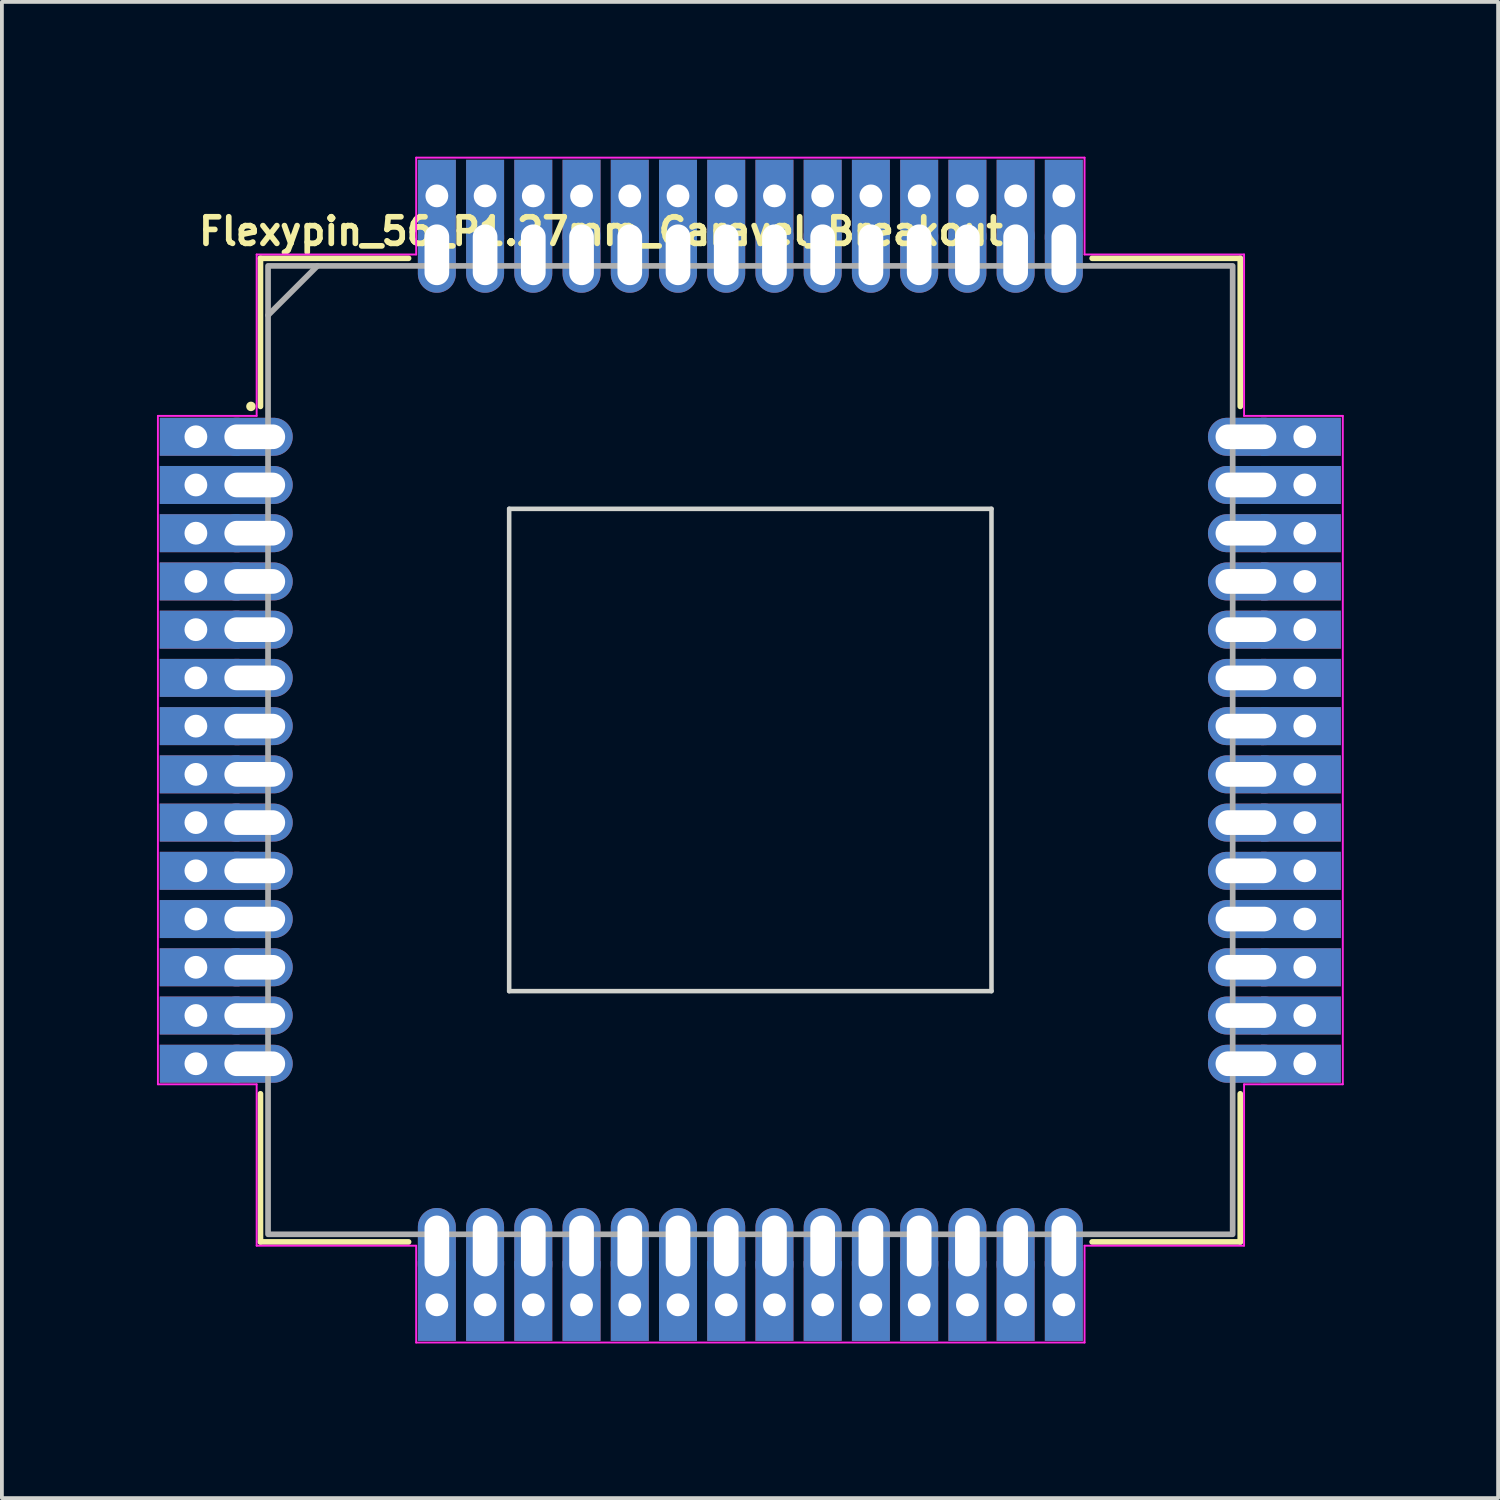
<source format=kicad_pcb>
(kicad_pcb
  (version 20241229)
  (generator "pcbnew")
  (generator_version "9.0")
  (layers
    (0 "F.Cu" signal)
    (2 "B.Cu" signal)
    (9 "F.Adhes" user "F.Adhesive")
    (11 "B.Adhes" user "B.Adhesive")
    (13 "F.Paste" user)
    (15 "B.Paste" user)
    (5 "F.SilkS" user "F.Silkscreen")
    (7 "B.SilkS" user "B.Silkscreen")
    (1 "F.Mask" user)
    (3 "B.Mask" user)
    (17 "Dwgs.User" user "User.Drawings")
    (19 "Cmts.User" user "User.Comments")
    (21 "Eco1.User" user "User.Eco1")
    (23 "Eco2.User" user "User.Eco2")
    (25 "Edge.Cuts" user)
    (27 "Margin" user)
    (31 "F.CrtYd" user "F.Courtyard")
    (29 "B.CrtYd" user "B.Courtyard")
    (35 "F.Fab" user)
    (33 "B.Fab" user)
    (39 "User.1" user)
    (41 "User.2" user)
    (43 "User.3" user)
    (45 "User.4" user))
  (footprint "Flexypin_56_P1.27mm_Caravel_Breakout"
    (layer "F.Cu")
    (at 2.108 8.451)
    (property "Reference" "Flexypin_56_P1.27mm_Caravel_Breakout" (at 0 -5 0) (unlocked yes) (layer "F.SilkS") (effects (font (size 0.7 0.7) (thickness 0.15)) (justify left bottom)))
    (attr through_hole)
    (fp_line (start 1.7 -4.7) (end 1.7 -0.8) (stroke (width 0.15) (type solid)) (layer "F.SilkS"))
    (fp_line (start 1.7 21.2) (end 1.7 17.3) (stroke (width 0.15) (type solid)) (layer "F.SilkS"))
    (fp_line (start 5.6 -4.7) (end 1.7 -4.7) (stroke (width 0.15) (type solid)) (layer "F.SilkS"))
    (fp_line (start 5.6 21.2) (end 1.7 21.2) (stroke (width 0.15) (type solid)) (layer "F.SilkS"))
    (fp_line (start 27.5 -4.7) (end 23.6 -4.7) (stroke (width 0.15) (type solid)) (layer "F.SilkS"))
    (fp_line (start 27.5 -0.8) (end 27.5 -4.7) (stroke (width 0.15) (type solid)) (layer "F.SilkS"))
    (fp_line (start 27.5 17.3) (end 27.5 21.2) (stroke (width 0.15) (type solid)) (layer "F.SilkS"))
    (fp_line (start 27.5 21.2) (end 23.6 21.2) (stroke (width 0.15) (type solid)) (layer "F.SilkS"))
    (fp_circle (center 1.45 -0.8) (end 1.5 -0.8) (stroke (width 0.15) (type solid)) (fill yes) (layer "F.SilkS"))
    (fp_line (start 8.249 1.897) (end 20.949 1.897) (stroke (width 0.12) (type solid)) (layer "Edge.Cuts"))
    (fp_line (start 8.249 14.597) (end 8.249 1.897) (stroke (width 0.12) (type solid)) (layer "Edge.Cuts"))
    (fp_line (start 20.949 1.897) (end 20.949 14.597) (stroke (width 0.12) (type solid)) (layer "Edge.Cuts"))
    (fp_line (start 20.949 14.597) (end 8.249 14.597) (stroke (width 0.12) (type solid)) (layer "Edge.Cuts"))
    (fp_line (start -1 -0.55) (end -1 17.05) (stroke (width 0.05) (type solid)) (layer "F.CrtYd"))
    (fp_line (start -1 17.05) (end 1.6 17.05) (stroke (width 0.05) (type solid)) (layer "F.CrtYd"))
    (fp_line (start 1.6 -4.8) (end 1.6 -0.55) (stroke (width 0.05) (type solid)) (layer "F.CrtYd"))
    (fp_line (start 1.6 -0.55) (end -1 -0.55) (stroke (width 0.05) (type solid)) (layer "F.CrtYd"))
    (fp_line (start 1.6 17.05) (end 1.6 21.3) (stroke (width 0.05) (type solid)) (layer "F.CrtYd"))
    (fp_line (start 1.6 21.3) (end 5.8 21.3) (stroke (width 0.05) (type solid)) (layer "F.CrtYd"))
    (fp_line (start 5.8 -7.35) (end 5.8 -4.8) (stroke (width 0.05) (type solid)) (layer "F.CrtYd"))
    (fp_line (start 5.8 -4.8) (end 1.6 -4.8) (stroke (width 0.05) (type solid)) (layer "F.CrtYd"))
    (fp_line (start 5.8 21.3) (end 5.8 23.85) (stroke (width 0.05) (type solid)) (layer "F.CrtYd"))
    (fp_line (start 5.8 23.85) (end 23.4 23.85) (stroke (width 0.05) (type solid)) (layer "F.CrtYd"))
    (fp_line (start 23.4 -7.35) (end 5.8 -7.35) (stroke (width 0.05) (type solid)) (layer "F.CrtYd"))
    (fp_line (start 23.4 -4.8) (end 23.4 -7.35) (stroke (width 0.05) (type solid)) (layer "F.CrtYd"))
    (fp_line (start 23.4 21.3) (end 27.6 21.3) (stroke (width 0.05) (type solid)) (layer "F.CrtYd"))
    (fp_line (start 23.4 23.85) (end 23.4 21.3) (stroke (width 0.05) (type solid)) (layer "F.CrtYd"))
    (fp_line (start 27.6 -4.8) (end 23.4 -4.8) (stroke (width 0.05) (type solid)) (layer "F.CrtYd"))
    (fp_line (start 27.6 -0.55) (end 27.6 -4.8) (stroke (width 0.05) (type solid)) (layer "F.CrtYd"))
    (fp_line (start 27.6 17.05) (end 30.2 17.05) (stroke (width 0.05) (type solid)) (layer "F.CrtYd"))
    (fp_line (start 27.6 21.3) (end 27.6 17.05) (stroke (width 0.05) (type solid)) (layer "F.CrtYd"))
    (fp_line (start 30.2 -0.55) (end 27.6 -0.55) (stroke (width 0.05) (type solid)) (layer "F.CrtYd"))
    (fp_line (start 30.2 17.05) (end 30.2 -0.55) (stroke (width 0.05) (type solid)) (layer "F.CrtYd"))
    (fp_line (start 3.2 -4.5) (end 1.9 -3.2) (stroke (width 0.15) (type solid)) (layer "F.Fab"))
    (fp_rect (start 1.9 -4.5) (end 27.3 21) (stroke (width 0.15) (type solid)) (fill no) (layer "F.Fab"))
    (fp_rect (start -2.058 -8.401) (end 31.239 24.896) (stroke (width 0.1) (type solid)) (fill no) (layer "User.5"))
    (fp_line (start 1.733 -4.448) (end 5.988 -4.448) (stroke (width 0.02) (type solid)) (layer "User.9"))
    (fp_line (start 1.733 -0.328) (end 1.733 -4.448) (stroke (width 0.02) (type solid)) (layer "User.9"))
    (fp_line (start 1.733 0.322) (end 1.733 0.942) (stroke (width 0.02) (type solid)) (layer "User.9"))
    (fp_line (start 1.733 1.592) (end 1.733 2.212) (stroke (width 0.02) (type solid)) (layer "User.9"))
    (fp_line (start 1.733 2.862) (end 1.733 3.482) (stroke (width 0.02) (type solid)) (layer "User.9"))
    (fp_line (start 1.733 4.132) (end 1.733 4.752) (stroke (width 0.02) (type solid)) (layer "User.9"))
    (fp_line (start 1.733 5.402) (end 1.733 6.022) (stroke (width 0.02) (type solid)) (layer "User.9"))
    (fp_line (start 1.733 6.672) (end 1.733 7.292) (stroke (width 0.02) (type solid)) (layer "User.9"))
    (fp_line (start 1.733 7.942) (end 1.733 8.562) (stroke (width 0.02) (type solid)) (layer "User.9"))
    (fp_line (start 1.733 9.212) (end 1.733 9.832) (stroke (width 0.02) (type solid)) (layer "User.9"))
    (fp_line (start 1.733 10.482) (end 1.733 11.102) (stroke (width 0.02) (type solid)) (layer "User.9"))
    (fp_line (start 1.733 11.752) (end 1.733 12.372) (stroke (width 0.02) (type solid)) (layer "User.9"))
    (fp_line (start 1.733 13.022) (end 1.733 13.642) (stroke (width 0.02) (type solid)) (layer "User.9"))
    (fp_line (start 1.733 14.292) (end 1.733 14.912) (stroke (width 0.02) (type solid)) (layer "User.9"))
    (fp_line (start 1.733 15.562) (end 1.733 16.182) (stroke (width 0.02) (type solid)) (layer "User.9"))
    (fp_line (start 1.733 20.952) (end 1.733 16.832) (stroke (width 0.02) (type solid)) (layer "User.9"))
    (fp_line (start 5.856 20.952) (end 1.733 20.952) (stroke (width 0.02) (type solid)) (layer "User.9"))
    (fp_line (start 6.505 20.952) (end 7.125 20.952) (stroke (width 0.02) (type solid)) (layer "User.9"))
    (fp_line (start 7.258 -4.448) (end 6.638 -4.448) (stroke (width 0.02) (type solid)) (layer "User.9"))
    (fp_line (start 7.775 20.952) (end 8.395 20.952) (stroke (width 0.02) (type solid)) (layer "User.9"))
    (fp_line (start 8.528 -4.448) (end 7.908 -4.448) (stroke (width 0.02) (type solid)) (layer "User.9"))
    (fp_line (start 9.045 20.952) (end 9.665 20.952) (stroke (width 0.02) (type solid)) (layer "User.9"))
    (fp_line (start 9.798 -4.448) (end 9.178 -4.448) (stroke (width 0.02) (type solid)) (layer "User.9"))
    (fp_line (start 10.315 20.952) (end 10.935 20.952) (stroke (width 0.02) (type solid)) (layer "User.9"))
    (fp_line (start 11.068 -4.448) (end 10.448 -4.448) (stroke (width 0.02) (type solid)) (layer "User.9"))
    (fp_line (start 11.585 20.952) (end 12.205 20.952) (stroke (width 0.02) (type solid)) (layer "User.9"))
    (fp_line (start 12.326 5.278) (end 12.343 5.236) (stroke (width 0.02) (type solid)) (layer "User.9"))
    (fp_line (start 12.326 6.578) (end 12.326 5.278) (stroke (width 0.02) (type solid)) (layer "User.9"))
    (fp_line (start 12.327 9.574) (end 12.327 9.574) (stroke (width 0.02) (type solid)) (layer "User.9"))
    (fp_line (start 12.327 9.574) (end 12.328 9.573) (stroke (width 0.02) (type solid)) (layer "User.9"))
    (fp_line (start 12.328 9.418) (end 12.345 9.376) (stroke (width 0.02) (type solid)) (layer "User.9"))
    (fp_line (start 12.328 10.718) (end 12.328 9.418) (stroke (width 0.02) (type solid)) (layer "User.9"))
    (fp_line (start 12.338 -4.448) (end 11.718 -4.448) (stroke (width 0.02) (type solid)) (layer "User.9"))
    (fp_line (start 12.343 5.236) (end 12.385 5.218) (stroke (width 0.02) (type solid)) (layer "User.9"))
    (fp_line (start 12.343 6.62) (end 12.326 6.578) (stroke (width 0.02) (type solid)) (layer "User.9"))
    (fp_line (start 12.345 9.376) (end 12.388 9.358) (stroke (width 0.02) (type solid)) (layer "User.9"))
    (fp_line (start 12.345 10.76) (end 12.328 10.718) (stroke (width 0.02) (type solid)) (layer "User.9"))
    (fp_line (start 12.385 5.218) (end 13.285 5.218) (stroke (width 0.02) (type solid)) (layer "User.9"))
    (fp_line (start 12.385 6.638) (end 12.343 6.62) (stroke (width 0.02) (type solid)) (layer "User.9"))
    (fp_line (start 12.388 9.358) (end 12.43 9.376) (stroke (width 0.02) (type solid)) (layer "User.9"))
    (fp_line (start 12.388 10.778) (end 12.345 10.76) (stroke (width 0.02) (type solid)) (layer "User.9"))
    (fp_line (start 12.393 10.776) (end 12.388 10.778) (stroke (width 0.02) (type solid)) (layer "User.9"))
    (fp_line (start 12.428 6.62) (end 12.385 6.638) (stroke (width 0.02) (type solid)) (layer "User.9"))
    (fp_line (start 12.43 9.376) (end 12.448 9.418) (stroke (width 0.02) (type solid)) (layer "User.9"))
    (fp_line (start 12.445 5.338) (end 12.445 6.578) (stroke (width 0.02) (type solid)) (layer "User.9"))
    (fp_line (start 12.445 6.578) (end 12.428 6.62) (stroke (width 0.02) (type solid)) (layer "User.9"))
    (fp_line (start 12.448 9.418) (end 12.448 10.656) (stroke (width 0.02) (type solid)) (layer "User.9"))
    (fp_line (start 12.448 10.656) (end 13.288 10.656) (stroke (width 0.02) (type solid)) (layer "User.9"))
    (fp_line (start 12.56 10.538) (end 12.56 5.538) (stroke (width 0.02) (type solid)) (layer "User.9"))
    (fp_line (start 12.855 20.952) (end 13.475 20.952) (stroke (width 0.02) (type solid)) (layer "User.9"))
    (fp_line (start 13.285 5.218) (end 13.328 5.236) (stroke (width 0.02) (type solid)) (layer "User.9"))
    (fp_line (start 13.285 5.338) (end 12.445 5.338) (stroke (width 0.02) (type solid)) (layer "User.9"))
    (fp_line (start 13.288 10.656) (end 13.33 10.673) (stroke (width 0.02) (type solid)) (layer "User.9"))
    (fp_line (start 13.288 10.776) (end 12.393 10.776) (stroke (width 0.02) (type solid)) (layer "User.9"))
    (fp_line (start 13.328 5.236) (end 13.345 5.278) (stroke (width 0.02) (type solid)) (layer "User.9"))
    (fp_line (start 13.328 5.32) (end 13.285 5.338) (stroke (width 0.02) (type solid)) (layer "User.9"))
    (fp_line (start 13.33 10.673) (end 13.348 10.716) (stroke (width 0.02) (type solid)) (layer "User.9"))
    (fp_line (start 13.33 10.758) (end 13.288 10.776) (stroke (width 0.02) (type solid)) (layer "User.9"))
    (fp_line (start 13.345 5.278) (end 13.328 5.32) (stroke (width 0.02) (type solid)) (layer "User.9"))
    (fp_line (start 13.348 10.716) (end 13.33 10.758) (stroke (width 0.02) (type solid)) (layer "User.9"))
    (fp_line (start 13.608 -4.448) (end 12.988 -4.448) (stroke (width 0.02) (type solid)) (layer "User.9"))
    (fp_line (start 14.125 20.952) (end 14.745 20.952) (stroke (width 0.02) (type solid)) (layer "User.9"))
    (fp_line (start 14.878 -4.448) (end 14.258 -4.448) (stroke (width 0.02) (type solid)) (layer "User.9"))
    (fp_line (start 15.265 5.278) (end 15.283 5.236) (stroke (width 0.02) (type solid)) (layer "User.9"))
    (fp_line (start 15.265 10.718) (end 15.283 10.676) (stroke (width 0.02) (type solid)) (layer "User.9"))
    (fp_line (start 15.283 5.236) (end 15.326 5.218) (stroke (width 0.02) (type solid)) (layer "User.9"))
    (fp_line (start 15.283 5.32) (end 15.265 5.278) (stroke (width 0.02) (type solid)) (layer "User.9"))
    (fp_line (start 15.283 10.676) (end 15.326 10.658) (stroke (width 0.02) (type solid)) (layer "User.9"))
    (fp_line (start 15.283 10.76) (end 15.265 10.718) (stroke (width 0.02) (type solid)) (layer "User.9"))
    (fp_line (start 15.326 5.218) (end 16.225 5.218) (stroke (width 0.02) (type solid)) (layer "User.9"))
    (fp_line (start 15.326 5.338) (end 15.283 5.32) (stroke (width 0.02) (type solid)) (layer "User.9"))
    (fp_line (start 15.326 10.658) (end 16.166 10.658) (stroke (width 0.02) (type solid)) (layer "User.9"))
    (fp_line (start 15.326 10.778) (end 15.283 10.76) (stroke (width 0.02) (type solid)) (layer "User.9"))
    (fp_line (start 15.395 20.952) (end 16.015 20.952) (stroke (width 0.02) (type solid)) (layer "User.9"))
    (fp_line (start 16.06 5.538) (end 12.56 5.538) (stroke (width 0.02) (type solid)) (layer "User.9"))
    (fp_line (start 16.06 10.538) (end 12.56 10.538) (stroke (width 0.02) (type solid)) (layer "User.9"))
    (fp_line (start 16.06 10.538) (end 16.06 5.538) (stroke (width 0.02) (type solid)) (layer "User.9"))
    (fp_line (start 16.148 -4.448) (end 15.528 -4.448) (stroke (width 0.02) (type solid)) (layer "User.9"))
    (fp_line (start 16.166 5.338) (end 15.326 5.338) (stroke (width 0.02) (type solid)) (layer "User.9"))
    (fp_line (start 16.166 6.578) (end 16.166 5.338) (stroke (width 0.02) (type solid)) (layer "User.9"))
    (fp_line (start 16.166 9.418) (end 16.183 9.376) (stroke (width 0.02) (type solid)) (layer "User.9"))
    (fp_line (start 16.166 10.658) (end 16.166 9.418) (stroke (width 0.02) (type solid)) (layer "User.9"))
    (fp_line (start 16.183 6.62) (end 16.166 6.578) (stroke (width 0.02) (type solid)) (layer "User.9"))
    (fp_line (start 16.183 9.376) (end 16.225 9.358) (stroke (width 0.02) (type solid)) (layer "User.9"))
    (fp_line (start 16.225 5.218) (end 16.268 5.236) (stroke (width 0.02) (type solid)) (layer "User.9"))
    (fp_line (start 16.225 6.638) (end 16.183 6.62) (stroke (width 0.02) (type solid)) (layer "User.9"))
    (fp_line (start 16.225 9.358) (end 16.268 9.376) (stroke (width 0.02) (type solid)) (layer "User.9"))
    (fp_line (start 16.225 10.778) (end 15.326 10.778) (stroke (width 0.02) (type solid)) (layer "User.9"))
    (fp_line (start 16.268 5.236) (end 16.286 5.278) (stroke (width 0.02) (type solid)) (layer "User.9"))
    (fp_line (start 16.268 6.62) (end 16.225 6.638) (stroke (width 0.02) (type solid)) (layer "User.9"))
    (fp_line (start 16.268 9.376) (end 16.286 9.418) (stroke (width 0.02) (type solid)) (layer "User.9"))
    (fp_line (start 16.268 10.76) (end 16.225 10.778) (stroke (width 0.02) (type solid)) (layer "User.9"))
    (fp_line (start 16.286 5.278) (end 16.286 6.578) (stroke (width 0.02) (type solid)) (layer "User.9"))
    (fp_line (start 16.286 6.578) (end 16.268 6.62) (stroke (width 0.02) (type solid)) (layer "User.9"))
    (fp_line (start 16.286 9.418) (end 16.286 10.718) (stroke (width 0.02) (type solid)) (layer "User.9"))
    (fp_line (start 16.286 10.718) (end 16.268 10.76) (stroke (width 0.02) (type solid)) (layer "User.9"))
    (fp_line (start 16.665 20.952) (end 17.285 20.952) (stroke (width 0.02) (type solid)) (layer "User.9"))
    (fp_line (start 17.418 -4.448) (end 16.798 -4.448) (stroke (width 0.02) (type solid)) (layer "User.9"))
    (fp_line (start 17.935 20.952) (end 18.555 20.952) (stroke (width 0.02) (type solid)) (layer "User.9"))
    (fp_line (start 18.688 -4.448) (end 18.068 -4.448) (stroke (width 0.02) (type solid)) (layer "User.9"))
    (fp_line (start 19.205 20.952) (end 19.825 20.952) (stroke (width 0.02) (type solid)) (layer "User.9"))
    (fp_line (start 19.958 -4.448) (end 19.338 -4.448) (stroke (width 0.02) (type solid)) (layer "User.9"))
    (fp_line (start 20.475 20.952) (end 21.095 20.952) (stroke (width 0.02) (type solid)) (layer "User.9"))
    (fp_line (start 21.228 -4.448) (end 20.608 -4.448) (stroke (width 0.02) (type solid)) (layer "User.9"))
    (fp_line (start 21.745 20.952) (end 22.365 20.952) (stroke (width 0.02) (type solid)) (layer "User.9"))
    (fp_line (start 22.498 -4.448) (end 21.878 -4.448) (stroke (width 0.02) (type solid)) (layer "User.9"))
    (fp_line (start 23.148 -4.448) (end 27.133 -4.448) (stroke (width 0.02) (type solid)) (layer "User.9"))
    (fp_line (start 27.133 -4.448) (end 27.133 -0.317) (stroke (width 0.02) (type solid)) (layer "User.9"))
    (fp_line (start 27.133 0.953) (end 27.133 0.333) (stroke (width 0.02) (type solid)) (layer "User.9"))
    (fp_line (start 27.133 2.223) (end 27.133 1.603) (stroke (width 0.02) (type solid)) (layer "User.9"))
    (fp_line (start 27.133 3.493) (end 27.133 2.873) (stroke (width 0.02) (type solid)) (layer "User.9"))
    (fp_line (start 27.133 4.763) (end 27.133 4.143) (stroke (width 0.02) (type solid)) (layer "User.9"))
    (fp_line (start 27.133 6.033) (end 27.133 5.413) (stroke (width 0.02) (type solid)) (layer "User.9"))
    (fp_line (start 27.133 7.303) (end 27.133 6.683) (stroke (width 0.02) (type solid)) (layer "User.9"))
    (fp_line (start 27.133 8.573) (end 27.133 7.953) (stroke (width 0.02) (type solid)) (layer "User.9"))
    (fp_line (start 27.133 9.843) (end 27.133 9.223) (stroke (width 0.02) (type solid)) (layer "User.9"))
    (fp_line (start 27.133 11.113) (end 27.133 10.493) (stroke (width 0.02) (type solid)) (layer "User.9"))
    (fp_line (start 27.133 12.383) (end 27.133 11.763) (stroke (width 0.02) (type solid)) (layer "User.9"))
    (fp_line (start 27.133 13.653) (end 27.133 13.033) (stroke (width 0.02) (type solid)) (layer "User.9"))
    (fp_line (start 27.133 14.923) (end 27.133 14.303) (stroke (width 0.02) (type solid)) (layer "User.9"))
    (fp_line (start 27.133 16.193) (end 27.133 15.573) (stroke (width 0.02) (type solid)) (layer "User.9"))
    (fp_line (start 27.133 16.843) (end 27.133 20.952) (stroke (width 0.02) (type solid)) (layer "User.9"))
    (fp_line (start 27.133 20.952) (end 23.015 20.952) (stroke (width 0.02) (type solid)) (layer "User.9"))
    (fp_arc (start 1.733 -0.328) (mid 2.058 -0.003) (end 1.733 0.322) (stroke (width 0.02) (type default)) (layer "User.9"))
    (fp_arc (start 1.733 0.942) (mid 2.058 1.267) (end 1.733 1.592) (stroke (width 0.02) (type default)) (layer "User.9"))
    (fp_arc (start 1.733 2.212) (mid 2.058 2.537) (end 1.733 2.862) (stroke (width 0.02) (type default)) (layer "User.9"))
    (fp_arc (start 1.733 3.482) (mid 2.058 3.807) (end 1.733 4.132) (stroke (width 0.02) (type default)) (layer "User.9"))
    (fp_arc (start 1.733 4.752) (mid 2.058 5.077) (end 1.733 5.402) (stroke (width 0.02) (type default)) (layer "User.9"))
    (fp_arc (start 1.733 6.022) (mid 2.058 6.347) (end 1.733 6.672) (stroke (width 0.02) (type default)) (layer "User.9"))
    (fp_arc (start 1.733 7.292) (mid 2.058 7.617) (end 1.733 7.942) (stroke (width 0.02) (type default)) (layer "User.9"))
    (fp_arc (start 1.733 8.562) (mid 2.058 8.887) (end 1.733 9.212) (stroke (width 0.02) (type default)) (layer "User.9"))
    (fp_arc (start 1.733 9.832) (mid 2.058 10.157) (end 1.733 10.482) (stroke (width 0.02) (type default)) (layer "User.9"))
    (fp_arc (start 1.733 11.102) (mid 2.058 11.427) (end 1.733 11.752) (stroke (width 0.02) (type default)) (layer "User.9"))
    (fp_arc (start 1.733 12.372) (mid 2.058 12.697) (end 1.733 13.022) (stroke (width 0.02) (type default)) (layer "User.9"))
    (fp_arc (start 1.733 13.642) (mid 2.058 13.967) (end 1.733 14.292) (stroke (width 0.02) (type default)) (layer "User.9"))
    (fp_arc (start 1.733 14.912) (mid 2.058 15.237) (end 1.733 15.562) (stroke (width 0.02) (type default)) (layer "User.9"))
    (fp_arc (start 1.733 16.182) (mid 2.058 16.507) (end 1.733 16.832) (stroke (width 0.02) (type default)) (layer "User.9"))
    (fp_arc (start 5.855 20.952) (mid 6.18 20.627) (end 6.505 20.952) (stroke (width 0.02) (type default)) (layer "User.9"))
    (fp_arc (start 6.638 -4.448) (mid 6.313 -4.123) (end 5.988 -4.448) (stroke (width 0.02) (type default)) (layer "User.9"))
    (fp_arc (start 7.125 20.952) (mid 7.45 20.627) (end 7.775 20.952) (stroke (width 0.02) (type default)) (layer "User.9"))
    (fp_arc (start 7.908 -4.448) (mid 7.583 -4.123) (end 7.258 -4.448) (stroke (width 0.02) (type default)) (layer "User.9"))
    (fp_arc (start 8.395 20.952) (mid 8.72 20.627) (end 9.045 20.952) (stroke (width 0.02) (type default)) (layer "User.9"))
    (fp_arc (start 9.178 -4.448) (mid 8.853 -4.123) (end 8.528 -4.448) (stroke (width 0.02) (type default)) (layer "User.9"))
    (fp_arc (start 9.665 20.952) (mid 9.99 20.627) (end 10.315 20.952) (stroke (width 0.02) (type default)) (layer "User.9"))
    (fp_arc (start 10.448 -4.448) (mid 10.123 -4.123) (end 9.798 -4.448) (stroke (width 0.02) (type default)) (layer "User.9"))
    (fp_arc (start 10.935 20.952) (mid 11.26 20.627) (end 11.585 20.952) (stroke (width 0.02) (type default)) (layer "User.9"))
    (fp_arc (start 11.718 -4.448) (mid 11.393 -4.123) (end 11.068 -4.448) (stroke (width 0.02) (type default)) (layer "User.9"))
    (fp_arc (start 12.205 20.952) (mid 12.53 20.627) (end 12.855 20.952) (stroke (width 0.02) (type default)) (layer "User.9"))
    (fp_arc (start 12.988 -4.448) (mid 12.663 -4.123) (end 12.338 -4.448) (stroke (width 0.02) (type default)) (layer "User.9"))
    (fp_arc (start 13.475 20.952) (mid 13.8 20.627) (end 14.125 20.952) (stroke (width 0.02) (type default)) (layer "User.9"))
    (fp_arc (start 14.258 -4.448) (mid 13.933 -4.123) (end 13.608 -4.448) (stroke (width 0.02) (type default)) (layer "User.9"))
    (fp_arc (start 14.745 20.952) (mid 15.07 20.627) (end 15.395 20.952) (stroke (width 0.02) (type default)) (layer "User.9"))
    (fp_arc (start 15.528 -4.448) (mid 15.203 -4.123) (end 14.878 -4.448) (stroke (width 0.02) (type default)) (layer "User.9"))
    (fp_arc (start 16.015 20.952) (mid 16.34 20.627) (end 16.665 20.952) (stroke (width 0.02) (type default)) (layer "User.9"))
    (fp_arc (start 16.798 -4.448) (mid 16.473 -4.123) (end 16.148 -4.448) (stroke (width 0.02) (type default)) (layer "User.9"))
    (fp_arc (start 17.285 20.952) (mid 17.61 20.627) (end 17.935 20.952) (stroke (width 0.02) (type default)) (layer "User.9"))
    (fp_arc (start 18.068 -4.448) (mid 17.743 -4.123) (end 17.418 -4.448) (stroke (width 0.02) (type default)) (layer "User.9"))
    (fp_arc (start 18.555 20.952) (mid 18.88 20.627) (end 19.205 20.952) (stroke (width 0.02) (type default)) (layer "User.9"))
    (fp_arc (start 19.338 -4.448) (mid 19.013 -4.123) (end 18.688 -4.448) (stroke (width 0.02) (type default)) (layer "User.9"))
    (fp_arc (start 19.825 20.952) (mid 20.15 20.627) (end 20.475 20.952) (stroke (width 0.02) (type default)) (layer "User.9"))
    (fp_arc (start 20.608 -4.448) (mid 20.283 -4.123) (end 19.958 -4.448) (stroke (width 0.02) (type default)) (layer "User.9"))
    (fp_arc (start 21.095 20.952) (mid 21.42 20.627) (end 21.745 20.952) (stroke (width 0.02) (type default)) (layer "User.9"))
    (fp_arc (start 21.878 -4.448) (mid 21.553 -4.123) (end 21.228 -4.448) (stroke (width 0.02) (type default)) (layer "User.9"))
    (fp_arc (start 22.365 20.952) (mid 22.69 20.627) (end 23.015 20.952) (stroke (width 0.02) (type default)) (layer "User.9"))
    (fp_arc (start 23.148 -4.448) (mid 22.823 -4.123) (end 22.498 -4.448) (stroke (width 0.02) (type default)) (layer "User.9"))
    (fp_arc (start 27.133 0.333) (mid 26.808 0.008) (end 27.133 -0.317) (stroke (width 0.02) (type default)) (layer "User.9"))
    (fp_arc (start 27.133 1.603) (mid 26.808 1.278) (end 27.133 0.953) (stroke (width 0.02) (type default)) (layer "User.9"))
    (fp_arc (start 27.133 2.873) (mid 26.808 2.548) (end 27.133 2.223) (stroke (width 0.02) (type default)) (layer "User.9"))
    (fp_arc (start 27.133 4.143) (mid 26.808 3.818) (end 27.133 3.493) (stroke (width 0.02) (type default)) (layer "User.9"))
    (fp_arc (start 27.133 5.413) (mid 26.808 5.088) (end 27.133 4.763) (stroke (width 0.02) (type default)) (layer "User.9"))
    (fp_arc (start 27.133 6.683) (mid 26.808 6.358) (end 27.133 6.033) (stroke (width 0.02) (type default)) (layer "User.9"))
    (fp_arc (start 27.133 7.953) (mid 26.808 7.628) (end 27.133 7.303) (stroke (width 0.02) (type default)) (layer "User.9"))
    (fp_arc (start 27.133 9.223) (mid 26.808 8.898) (end 27.133 8.573) (stroke (width 0.02) (type default)) (layer "User.9"))
    (fp_arc (start 27.133 10.493) (mid 26.808 10.168) (end 27.133 9.843) (stroke (width 0.02) (type default)) (layer "User.9"))
    (fp_arc (start 27.133 11.763) (mid 26.808 11.438) (end 27.133 11.113) (stroke (width 0.02) (type default)) (layer "User.9"))
    (fp_arc (start 27.133 13.033) (mid 26.808 12.708) (end 27.133 12.383) (stroke (width 0.02) (type default)) (layer "User.9"))
    (fp_arc (start 27.133 14.303) (mid 26.808 13.978) (end 27.133 13.653) (stroke (width 0.02) (type default)) (layer "User.9"))
    (fp_arc (start 27.133 15.573) (mid 26.808 15.248) (end 27.133 14.923) (stroke (width 0.02) (type default)) (layer "User.9"))
    (fp_arc (start 27.133 16.843) (mid 26.808 16.518) (end 27.133 16.193) (stroke (width 0.02) (type default)) (layer "User.9"))
    (fp_circle (center 2.4 20.337) (end 2.525 20.337) (stroke (width 0.02) (type default)) (fill no) (layer "User.9"))
    (fp_circle (center 2.4 20.337) (end 2.65 20.337) (stroke (width 0.02) (type default)) (fill no) (layer "User.9"))
    (fp_circle (center 2.57 -3.56) (end 2.695 -3.56) (stroke (width 0.02) (type default)) (fill no) (layer "User.9"))
    (fp_circle (center 2.57 -3.56) (end 2.82 -3.56) (stroke (width 0.02) (type default)) (fill no) (layer "User.9"))
    (fp_circle (center 7.19 0.888) (end 8.29 0.888) (stroke (width 0.02) (type default)) (fill no) (layer "User.9"))
    (fp_circle (center 7.19 0.888) (end 8.94 0.888) (stroke (width 0.02) (type default)) (fill no) (layer "User.9"))
    (fp_circle (center 7.19 15.48) (end 8.29 15.48) (stroke (width 0.02) (type default)) (fill no) (layer "User.9"))
    (fp_circle (center 7.19 15.48) (end 8.94 15.48) (stroke (width 0.02) (type default)) (fill no) (layer "User.9"))
    (fp_circle (center 21.8 0.89) (end 22.9 0.89) (stroke (width 0.02) (type default)) (fill no) (layer "User.9"))
    (fp_circle (center 21.8 0.89) (end 23.55 0.89) (stroke (width 0.02) (type default)) (fill no) (layer "User.9"))
    (fp_circle (center 21.8 0.89) (end 23.775 0.89) (stroke (width 0.02) (type default)) (fill no) (layer "User.9"))
    (fp_circle (center 21.8 15.5) (end 22.9 15.5) (stroke (width 0.02) (type default)) (fill no) (layer "User.9"))
    (fp_circle (center 21.8 15.5) (end 23.55 15.5) (stroke (width 0.02) (type default)) (fill no) (layer "User.9"))
    (fp_circle (center 26.49 -3.815) (end 26.615 -3.815) (stroke (width 0.02) (type default)) (fill no) (layer "User.9"))
    (fp_circle (center 26.49 -3.815) (end 26.74 -3.815) (stroke (width 0.02) (type default)) (fill no) (layer "User.9"))
    (fp_circle (center 26.51 20.348) (end 26.635 20.348) (stroke (width 0.02) (type default)) (fill no) (layer "User.9"))
    (fp_circle (center 26.51 20.348) (end 26.76 20.348) (stroke (width 0.02) (type default)) (fill no) (layer "User.9"))
    (pad "1" thru_hole rect (at 0 0) (size 2.1 1) (drill 0.6 (offset 0.1 0)) (layers "*.Cu" "*.Mask"))
    (pad "1" thru_hole oval (at 1.55 0) (size 2 1) (drill oval 1.6 0.65) (layers "*.Cu" "*.Mask"))
    (pad "2" thru_hole rect (at 0 1.269) (size 2.1 1) (drill 0.6 (offset 0.1 0)) (layers "*.Cu" "*.Mask"))
    (pad "2" thru_hole oval (at 1.55 1.269) (size 2 1) (drill oval 1.6 0.65) (layers "*.Cu" "*.Mask"))
    (pad "3" thru_hole rect (at 0 2.539) (size 2.1 1) (drill 0.6 (offset 0.1 0)) (layers "*.Cu" "*.Mask"))
    (pad "3" thru_hole oval (at 1.55 2.539) (size 2 1) (drill oval 1.6 0.65) (layers "*.Cu" "*.Mask"))
    (pad "4" thru_hole rect (at 0 3.809) (size 2.1 1) (drill 0.6 (offset 0.1 0)) (layers "*.Cu" "*.Mask"))
    (pad "4" thru_hole oval (at 1.55 3.809) (size 2 1) (drill oval 1.6 0.65) (layers "*.Cu" "*.Mask"))
    (pad "5" thru_hole rect (at 0 5.079) (size 2.1 1) (drill 0.6 (offset 0.1 0)) (layers "*.Cu" "*.Mask"))
    (pad "5" thru_hole oval (at 1.55 5.079) (size 2 1) (drill oval 1.6 0.65) (layers "*.Cu" "*.Mask"))
    (pad "6" thru_hole rect (at 0 6.349) (size 2.1 1) (drill 0.6 (offset 0.1 0)) (layers "*.Cu" "*.Mask"))
    (pad "6" thru_hole oval (at 1.55 6.349) (size 2 1) (drill oval 1.6 0.65) (layers "*.Cu" "*.Mask"))
    (pad "7" thru_hole rect (at 0 7.619) (size 2.1 1) (drill 0.6 (offset 0.1 0)) (layers "*.Cu" "*.Mask"))
    (pad "7" thru_hole oval (at 1.55 7.619) (size 2 1) (drill oval 1.6 0.65) (layers "*.Cu" "*.Mask"))
    (pad "8" thru_hole rect (at 0 8.889) (size 2.1 1) (drill 0.6 (offset 0.1 0)) (layers "*.Cu" "*.Mask"))
    (pad "8" thru_hole oval (at 1.55 8.889) (size 2 1) (drill oval 1.6 0.65) (layers "*.Cu" "*.Mask"))
    (pad "9" thru_hole rect (at 0 10.159) (size 2.1 1) (drill 0.6 (offset 0.1 0)) (layers "*.Cu" "*.Mask"))
    (pad "9" thru_hole oval (at 1.55 10.159) (size 2 1) (drill oval 1.6 0.65) (layers "*.Cu" "*.Mask"))
    (pad "10" thru_hole rect (at 0 11.429) (size 2.1 1) (drill 0.6 (offset 0.1 0)) (layers "*.Cu" "*.Mask"))
    (pad "10" thru_hole oval (at 1.55 11.429) (size 2 1) (drill oval 1.6 0.65) (layers "*.Cu" "*.Mask"))
    (pad "11" thru_hole rect (at 0 12.699) (size 2.1 1) (drill 0.6 (offset 0.1 0)) (layers "*.Cu" "*.Mask"))
    (pad "11" thru_hole oval (at 1.55 12.699) (size 2 1) (drill oval 1.6 0.65) (layers "*.Cu" "*.Mask"))
    (pad "12" thru_hole rect (at 0 13.969) (size 2.1 1) (drill 0.6 (offset 0.1 0)) (layers "*.Cu" "*.Mask"))
    (pad "12" thru_hole oval (at 1.55 13.969) (size 2 1) (drill oval 1.6 0.65) (layers "*.Cu" "*.Mask"))
    (pad "13" thru_hole rect (at 0 15.239) (size 2.1 1) (drill 0.6 (offset 0.1 0)) (layers "*.Cu" "*.Mask"))
    (pad "13" thru_hole oval (at 1.55 15.239) (size 2 1) (drill oval 1.6 0.65) (layers "*.Cu" "*.Mask"))
    (pad "14" thru_hole rect (at 0 16.509) (size 2.1 1) (drill 0.6 (offset 0.1 0)) (layers "*.Cu" "*.Mask"))
    (pad "14" thru_hole oval (at 1.55 16.509) (size 2 1) (drill oval 1.6 0.65) (layers "*.Cu" "*.Mask"))
    (pad "15" thru_hole oval (at 6.345 21.307 90) (size 2 1) (drill oval 1.6 0.65) (layers "*.Cu" "*.Mask"))
    (pad "15" thru_hole rect (at 6.345 22.857 90) (size 2.1 1) (drill 0.6 (offset 0.1 0)) (layers "*.Cu" "*.Mask"))
    (pad "16" thru_hole oval (at 7.615 21.307 90) (size 2 1) (drill oval 1.6 0.65) (layers "*.Cu" "*.Mask"))
    (pad "16" thru_hole rect (at 7.615 22.857 90) (size 2.1 1) (drill 0.6 (offset 0.1 0)) (layers "*.Cu" "*.Mask"))
    (pad "17" thru_hole oval (at 8.884 21.307 90) (size 2 1) (drill oval 1.6 0.65) (layers "*.Cu" "*.Mask"))
    (pad "17" thru_hole rect (at 8.884 22.857 90) (size 2.1 1) (drill 0.6 (offset 0.1 0)) (layers "*.Cu" "*.Mask"))
    (pad "18" thru_hole oval (at 10.155 21.307 90) (size 2 1) (drill oval 1.6 0.65) (layers "*.Cu" "*.Mask"))
    (pad "18" thru_hole rect (at 10.155 22.857 90) (size 2.1 1) (drill 0.6 (offset 0.1 0)) (layers "*.Cu" "*.Mask"))
    (pad "19" thru_hole oval (at 11.425 21.307 90) (size 2 1) (drill oval 1.6 0.65) (layers "*.Cu" "*.Mask"))
    (pad "19" thru_hole rect (at 11.425 22.857 90) (size 2.1 1) (drill 0.6 (offset 0.1 0)) (layers "*.Cu" "*.Mask"))
    (pad "20" thru_hole oval (at 12.695 21.307 90) (size 2 1) (drill oval 1.6 0.65) (layers "*.Cu" "*.Mask"))
    (pad "20" thru_hole rect (at 12.695 22.857 90) (size 2.1 1) (drill 0.6 (offset 0.1 0)) (layers "*.Cu" "*.Mask"))
    (pad "21" thru_hole oval (at 13.964 21.307 90) (size 2 1) (drill oval 1.6 0.65) (layers "*.Cu" "*.Mask"))
    (pad "21" thru_hole rect (at 13.964 22.857 90) (size 2.1 1) (drill 0.6 (offset 0.1 0)) (layers "*.Cu" "*.Mask"))
    (pad "22" thru_hole oval (at 15.234 21.307 90) (size 2 1) (drill oval 1.6 0.65) (layers "*.Cu" "*.Mask"))
    (pad "22" thru_hole rect (at 15.234 22.857 90) (size 2.1 1) (drill 0.6 (offset 0.1 0)) (layers "*.Cu" "*.Mask"))
    (pad "23" thru_hole oval (at 16.504 21.307 90) (size 2 1) (drill oval 1.6 0.65) (layers "*.Cu" "*.Mask"))
    (pad "23" thru_hole rect (at 16.504 22.857 90) (size 2.1 1) (drill 0.6 (offset 0.1 0)) (layers "*.Cu" "*.Mask"))
    (pad "24" thru_hole oval (at 17.774 21.307 90) (size 2 1) (drill oval 1.6 0.65) (layers "*.Cu" "*.Mask"))
    (pad "24" thru_hole rect (at 17.774 22.857 90) (size 2.1 1) (drill 0.6 (offset 0.1 0)) (layers "*.Cu" "*.Mask"))
    (pad "25" thru_hole oval (at 19.045 21.307 90) (size 2 1) (drill oval 1.6 0.65) (layers "*.Cu" "*.Mask"))
    (pad "25" thru_hole rect (at 19.045 22.857 90) (size 2.1 1) (drill 0.6 (offset 0.1 0)) (layers "*.Cu" "*.Mask"))
    (pad "26" thru_hole oval (at 20.315 21.307 90) (size 2 1) (drill oval 1.6 0.65) (layers "*.Cu" "*.Mask"))
    (pad "26" thru_hole rect (at 20.315 22.857 90) (size 2.1 1) (drill 0.6 (offset 0.1 0)) (layers "*.Cu" "*.Mask"))
    (pad "27" thru_hole oval (at 21.585 21.307 90) (size 2 1) (drill oval 1.6 0.65) (layers "*.Cu" "*.Mask"))
    (pad "27" thru_hole rect (at 21.585 22.857 90) (size 2.1 1) (drill 0.6 (offset 0.1 0)) (layers "*.Cu" "*.Mask"))
    (pad "28" thru_hole oval (at 22.854 21.307 90) (size 2 1) (drill oval 1.6 0.65) (layers "*.Cu" "*.Mask"))
    (pad "28" thru_hole rect (at 22.854 22.857 90) (size 2.1 1) (drill 0.6 (offset 0.1 0)) (layers "*.Cu" "*.Mask"))
    (pad "29" thru_hole oval (at 27.649 16.509 180) (size 2 1) (drill oval 1.6 0.65) (layers "*.Cu" "*.Mask"))
    (pad "29" thru_hole rect (at 29.199 16.509 180) (size 2.1 1) (drill 0.6 (offset 0.1 0)) (layers "*.Cu" "*.Mask"))
    (pad "30" thru_hole oval (at 27.649 15.239 180) (size 2 1) (drill oval 1.6 0.65) (layers "*.Cu" "*.Mask"))
    (pad "30" thru_hole rect (at 29.199 15.239 180) (size 2.1 1) (drill 0.6 (offset 0.1 0)) (layers "*.Cu" "*.Mask"))
    (pad "31" thru_hole oval (at 27.649 13.969 180) (size 2 1) (drill oval 1.6 0.65) (layers "*.Cu" "*.Mask"))
    (pad "31" thru_hole rect (at 29.199 13.969 180) (size 2.1 1) (drill 0.6 (offset 0.1 0)) (layers "*.Cu" "*.Mask"))
    (pad "32" thru_hole oval (at 27.649 12.699 180) (size 2 1) (drill oval 1.6 0.65) (layers "*.Cu" "*.Mask"))
    (pad "32" thru_hole rect (at 29.199 12.699 180) (size 2.1 1) (drill 0.6 (offset 0.1 0)) (layers "*.Cu" "*.Mask"))
    (pad "33" thru_hole oval (at 27.649 11.429 180) (size 2 1) (drill oval 1.6 0.65) (layers "*.Cu" "*.Mask"))
    (pad "33" thru_hole rect (at 29.199 11.429 180) (size 2.1 1) (drill 0.6 (offset 0.1 0)) (layers "*.Cu" "*.Mask"))
    (pad "34" thru_hole oval (at 27.649 10.159 180) (size 2 1) (drill oval 1.6 0.65) (layers "*.Cu" "*.Mask"))
    (pad "34" thru_hole rect (at 29.199 10.159 180) (size 2.1 1) (drill 0.6 (offset 0.1 0)) (layers "*.Cu" "*.Mask"))
    (pad "35" thru_hole oval (at 27.649 8.889 180) (size 2 1) (drill oval 1.6 0.65) (layers "*.Cu" "*.Mask"))
    (pad "35" thru_hole rect (at 29.199 8.889 180) (size 2.1 1) (drill 0.6 (offset 0.1 0)) (layers "*.Cu" "*.Mask"))
    (pad "36" thru_hole oval (at 27.649 7.619 180) (size 2 1) (drill oval 1.6 0.65) (layers "*.Cu" "*.Mask"))
    (pad "36" thru_hole rect (at 29.199 7.619 180) (size 2.1 1) (drill 0.6 (offset 0.1 0)) (layers "*.Cu" "*.Mask"))
    (pad "37" thru_hole oval (at 27.649 6.349 180) (size 2 1) (drill oval 1.6 0.65) (layers "*.Cu" "*.Mask"))
    (pad "37" thru_hole rect (at 29.199 6.349 180) (size 2.1 1) (drill 0.6 (offset 0.1 0)) (layers "*.Cu" "*.Mask"))
    (pad "38" thru_hole oval (at 27.649 5.079 180) (size 2 1) (drill oval 1.6 0.65) (layers "*.Cu" "*.Mask"))
    (pad "38" thru_hole rect (at 29.199 5.079 180) (size 2.1 1) (drill 0.6 (offset 0.1 0)) (layers "*.Cu" "*.Mask"))
    (pad "39" thru_hole oval (at 27.649 3.809 180) (size 2 1) (drill oval 1.6 0.65) (layers "*.Cu" "*.Mask"))
    (pad "39" thru_hole rect (at 29.199 3.809 180) (size 2.1 1) (drill 0.6 (offset 0.1 0)) (layers "*.Cu" "*.Mask"))
    (pad "40" thru_hole oval (at 27.649 2.539 180) (size 2 1) (drill oval 1.6 0.65) (layers "*.Cu" "*.Mask"))
    (pad "40" thru_hole rect (at 29.199 2.539 180) (size 2.1 1) (drill 0.6 (offset 0.1 0)) (layers "*.Cu" "*.Mask"))
    (pad "41" thru_hole oval (at 27.649 1.269 180) (size 2 1) (drill oval 1.6 0.65) (layers "*.Cu" "*.Mask"))
    (pad "41" thru_hole rect (at 29.199 1.269 180) (size 2.1 1) (drill 0.6 (offset 0.1 0)) (layers "*.Cu" "*.Mask"))
    (pad "42" thru_hole oval (at 27.649 0 180) (size 2 1) (drill oval 1.6 0.65) (layers "*.Cu" "*.Mask"))
    (pad "42" thru_hole rect (at 29.199 0 180) (size 2.1 1) (drill 0.6 (offset 0.1 0)) (layers "*.Cu" "*.Mask"))
    (pad "43" thru_hole rect (at 22.854 -6.343 270) (size 2.1 1) (drill 0.6 (offset 0.1 0)) (layers "*.Cu" "*.Mask"))
    (pad "43" thru_hole oval (at 22.854 -4.792 270) (size 2 1) (drill oval 1.6 0.65) (layers "*.Cu" "*.Mask"))
    (pad "44" thru_hole rect (at 21.585 -6.343 270) (size 2.1 1) (drill 0.6 (offset 0.1 0)) (layers "*.Cu" "*.Mask"))
    (pad "44" thru_hole oval (at 21.585 -4.792 270) (size 2 1) (drill oval 1.6 0.65) (layers "*.Cu" "*.Mask"))
    (pad "45" thru_hole rect (at 20.315 -6.343 270) (size 2.1 1) (drill 0.6 (offset 0.1 0)) (layers "*.Cu" "*.Mask"))
    (pad "45" thru_hole oval (at 20.315 -4.792 270) (size 2 1) (drill oval 1.6 0.65) (layers "*.Cu" "*.Mask"))
    (pad "46" thru_hole rect (at 19.045 -6.343 270) (size 2.1 1) (drill 0.6 (offset 0.1 0)) (layers "*.Cu" "*.Mask"))
    (pad "46" thru_hole oval (at 19.045 -4.792 270) (size 2 1) (drill oval 1.6 0.65) (layers "*.Cu" "*.Mask"))
    (pad "47" thru_hole rect (at 17.774 -6.343 270) (size 2.1 1) (drill 0.6 (offset 0.1 0)) (layers "*.Cu" "*.Mask"))
    (pad "47" thru_hole oval (at 17.774 -4.792 270) (size 2 1) (drill oval 1.6 0.65) (layers "*.Cu" "*.Mask"))
    (pad "48" thru_hole rect (at 16.504 -6.343 270) (size 2.1 1) (drill 0.6 (offset 0.1 0)) (layers "*.Cu" "*.Mask"))
    (pad "48" thru_hole oval (at 16.504 -4.792 270) (size 2 1) (drill oval 1.6 0.65) (layers "*.Cu" "*.Mask"))
    (pad "49" thru_hole rect (at 15.234 -6.343 270) (size 2.1 1) (drill 0.6 (offset 0.1 0)) (layers "*.Cu" "*.Mask"))
    (pad "49" thru_hole oval (at 15.234 -4.792 270) (size 2 1) (drill oval 1.6 0.65) (layers "*.Cu" "*.Mask"))
    (pad "50" thru_hole rect (at 13.964 -6.343 270) (size 2.1 1) (drill 0.6 (offset 0.1 0)) (layers "*.Cu" "*.Mask"))
    (pad "50" thru_hole oval (at 13.964 -4.792 270) (size 2 1) (drill oval 1.6 0.65) (layers "*.Cu" "*.Mask"))
    (pad "51" thru_hole rect (at 12.695 -6.343 270) (size 2.1 1) (drill 0.6 (offset 0.1 0)) (layers "*.Cu" "*.Mask"))
    (pad "51" thru_hole oval (at 12.695 -4.792 270) (size 2 1) (drill oval 1.6 0.65) (layers "*.Cu" "*.Mask"))
    (pad "52" thru_hole rect (at 11.425 -6.343 270) (size 2.1 1) (drill 0.6 (offset 0.1 0)) (layers "*.Cu" "*.Mask"))
    (pad "52" thru_hole oval (at 11.425 -4.792 270) (size 2 1) (drill oval 1.6 0.65) (layers "*.Cu" "*.Mask"))
    (pad "53" thru_hole rect (at 10.155 -6.343 270) (size 2.1 1) (drill 0.6 (offset 0.1 0)) (layers "*.Cu" "*.Mask"))
    (pad "53" thru_hole oval (at 10.155 -4.792 270) (size 2 1) (drill oval 1.6 0.65) (layers "*.Cu" "*.Mask"))
    (pad "54" thru_hole rect (at 8.884 -6.343 270) (size 2.1 1) (drill 0.6 (offset 0.1 0)) (layers "*.Cu" "*.Mask"))
    (pad "54" thru_hole oval (at 8.884 -4.792 270) (size 2 1) (drill oval 1.6 0.65) (layers "*.Cu" "*.Mask"))
    (pad "55" thru_hole rect (at 7.615 -6.343 270) (size 2.1 1) (drill 0.6 (offset 0.1 0)) (layers "*.Cu" "*.Mask"))
    (pad "55" thru_hole oval (at 7.615 -4.792 270) (size 2 1) (drill oval 1.6 0.65) (layers "*.Cu" "*.Mask"))
    (pad "56" thru_hole rect (at 6.345 -6.343 270) (size 2.1 1) (drill 0.6 (offset 0.1 0)) (layers "*.Cu" "*.Mask"))
    (pad "56" thru_hole oval (at 6.345 -4.792 270) (size 2 1) (drill oval 1.6 0.65) (layers "*.Cu" "*.Mask"))
    (zone (net_name "") (layers "F.Cu" "F.Mask" "B.Cu" "B.Mask" "F.SilkS" "B.SilkS" "F.Adhes" "B.Adhes") (name "Breakout board pop area") (hatch full 0.508) (connect_pads) (min_thickness 0.254) (filled_areas_thickness no) (keepout (tracks not_allowed) (vias not_allowed) (pads not_allowed) (copperpour not_allowed) (footprints not_allowed)) (placement (enabled no)) (fill) (polygon (pts (xy 10.357 10.348) (xy 23.057 10.348) (xy 23.057 23.048) (xy 10.357 23.048)))))
  (gr_rect
    (start -3 -3)
    (end 36.397 36.397)
    (stroke (width 0.1) (type default))
    (fill no)
    (layer "Edge.Cuts")))
</source>
